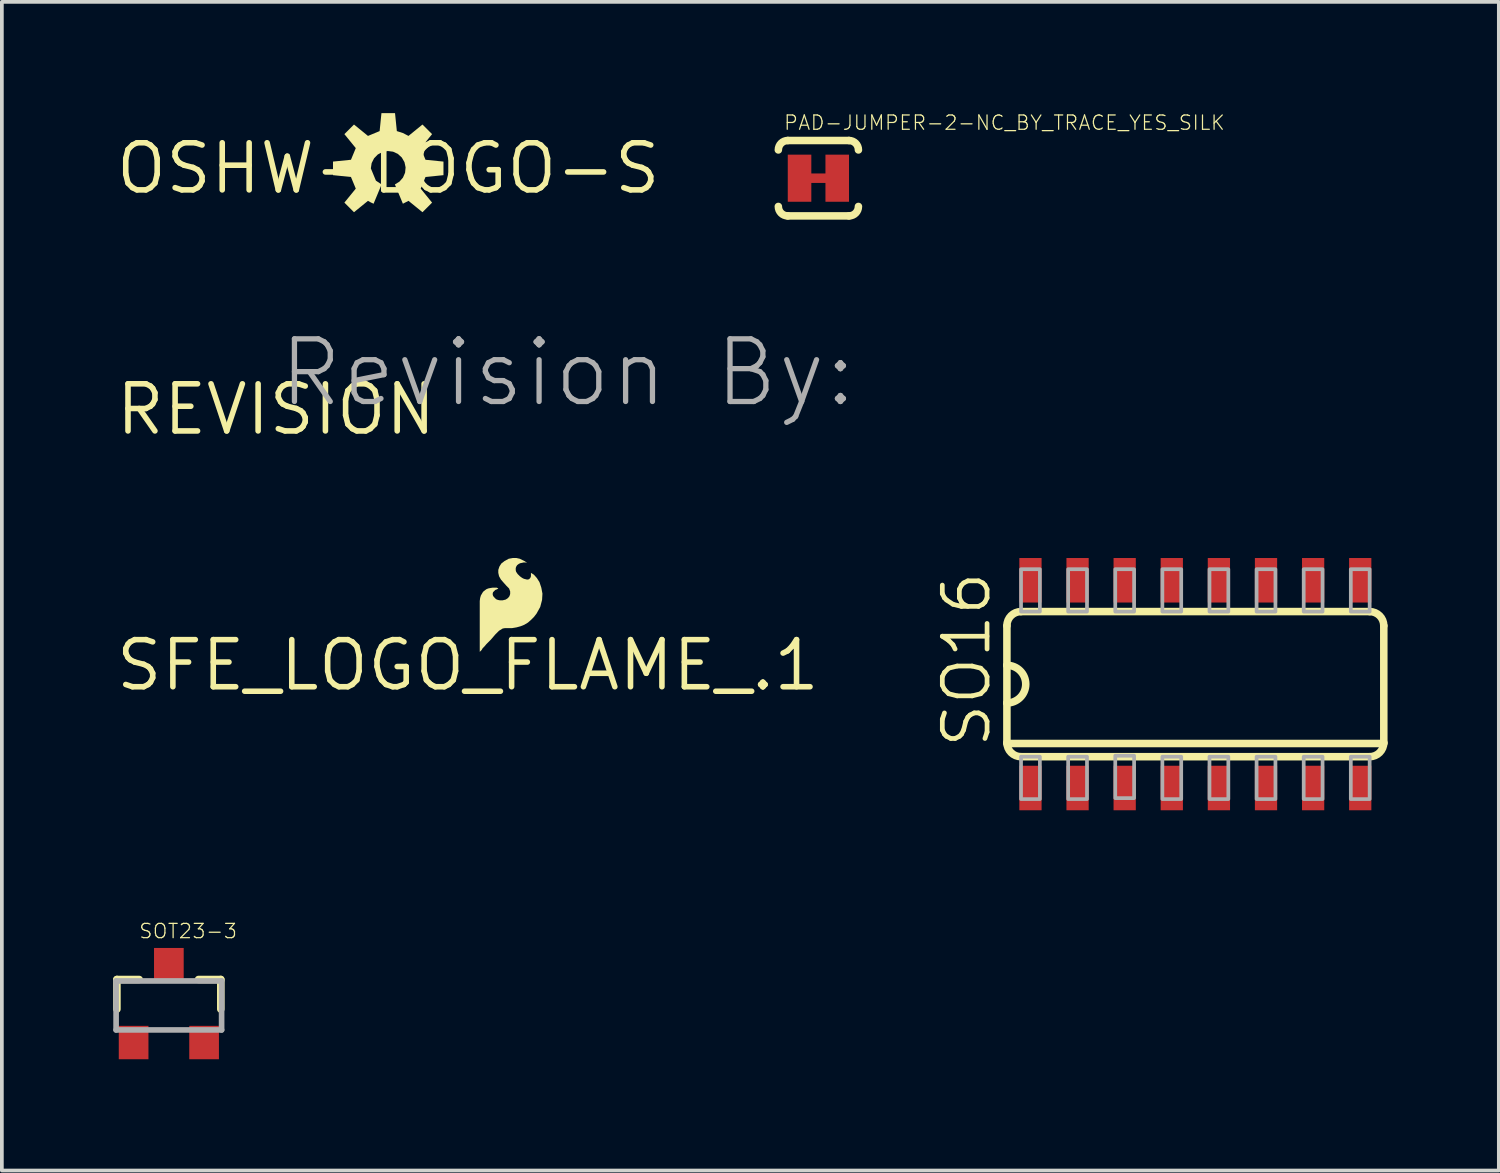
<source format=kicad_pcb>
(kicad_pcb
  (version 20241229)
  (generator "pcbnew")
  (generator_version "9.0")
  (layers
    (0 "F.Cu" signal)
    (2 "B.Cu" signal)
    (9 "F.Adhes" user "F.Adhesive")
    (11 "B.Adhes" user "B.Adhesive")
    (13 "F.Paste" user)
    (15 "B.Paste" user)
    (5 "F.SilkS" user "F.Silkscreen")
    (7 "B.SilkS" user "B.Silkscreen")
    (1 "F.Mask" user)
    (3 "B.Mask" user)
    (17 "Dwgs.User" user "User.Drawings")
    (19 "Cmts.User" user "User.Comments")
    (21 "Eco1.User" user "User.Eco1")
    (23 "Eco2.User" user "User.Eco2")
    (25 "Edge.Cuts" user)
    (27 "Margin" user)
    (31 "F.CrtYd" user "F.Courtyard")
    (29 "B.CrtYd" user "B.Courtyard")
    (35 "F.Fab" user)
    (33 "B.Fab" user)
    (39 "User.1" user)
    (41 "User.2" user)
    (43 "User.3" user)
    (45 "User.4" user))
  (footprint "SFE_LOGO_FLAME_.1"
    (layer "F.Cu")
    (at 9.563 14.883)
    (property "Reference" "SFE_LOGO_FLAME_.1" (at 0 0 0) (layer "F.SilkS") (effects (font (size 1.27 1.27) (thickness 0.15))))
    (attr through_hole)
    (fp_poly (pts (xy 1.7 -2.49) (xy 1.7 -2.4) (xy 1.69 -2.37) (xy 1.68 -2.35) (xy 1.65 -2.32) (xy 1.62 -2.31) (xy 1.59 -2.31) (xy 1.51 -2.33) (xy 1.47 -2.35) (xy 1.44 -2.37) (xy 1.4 -2.4) (xy 1.34 -2.46) (xy 1.3 -2.52) (xy 1.29 -2.56) (xy 1.29 -2.62) (xy 1.3 -2.65) (xy 1.31 -2.67) (xy 1.33 -2.7) (xy 1.37 -2.73) (xy 1.41 -2.75) (xy 1.46 -2.76) (xy 1.5 -2.77) (xy 1.56 -2.77) (xy 1.58 -2.76) (xy 1.59 -2.76) (xy 1.58 -2.77) (xy 1.54 -2.8) (xy 1.4 -2.87) (xy 1.31 -2.89) (xy 1.21 -2.89) (xy 1.1 -2.87) (xy 0.99 -2.81) (xy 0.9 -2.74) (xy 0.85 -2.66) (xy 0.82 -2.57) (xy 0.82 -2.49) (xy 0.84 -2.4) (xy 0.89 -2.31) (xy 0.96 -2.23) (xy 1.04 -2.14) (xy 1.11 -2.07) (xy 1.14 -1.99) (xy 1.14 -1.92) (xy 1.12 -1.86) (xy 1.08 -1.81) (xy 1.02 -1.77) (xy 0.94 -1.75) (xy 0.86 -1.75) (xy 0.81 -1.76) (xy 0.76 -1.78) (xy 0.7 -1.84) (xy 0.68 -1.87) (xy 0.67 -1.9) (xy 0.67 -1.94) (xy 0.68 -1.97) (xy 0.74 -2.03) (xy 0.77 -2.04) (xy 0.81 -2.06) (xy 0.82 -2.07) (xy 0.78 -2.09) (xy 0.66 -2.09) (xy 0.6 -2.08) (xy 0.55 -2.07) (xy 0.5 -2.05) (xy 0.46 -2.02) (xy 0.41 -1.98) (xy 0.35 -1.88) (xy 0.33 -1.81) (xy 0.32 -1.73) (xy 0.32 -0.36) (xy 0.37 -0.41) (xy 0.4 -0.46) (xy 0.45 -0.51) (xy 0.5 -0.57) (xy 0.62 -0.69) (xy 0.74 -0.83) (xy 0.84 -0.93) (xy 0.94 -0.99) (xy 1 -1) (xy 1.19 -1) (xy 1.31 -1.02) (xy 1.42 -1.05) (xy 1.52 -1.09) (xy 1.62 -1.15) (xy 1.7 -1.22) (xy 1.78 -1.3) (xy 1.85 -1.39) (xy 1.95 -1.57) (xy 2 -1.76) (xy 2.01 -1.93) (xy 1.98 -2.09) (xy 1.93 -2.24) (xy 1.86 -2.35) (xy 1.78 -2.44)) (stroke (width 0) (type solid)) (fill yes) (layer "F.SilkS")))
  (footprint "SOT23-3"
    (layer "F.Cu")
    (at 1.502 24.055)
    (property "Reference" "SOT23-3" (at -0.826 -1.778 0) (layer "F.SilkS") (effects (font (size 0.386 0.386) (thickness 0.033)) (justify left bottom)))
    (attr through_hole)
    (fp_line (start -1.4 -0.7) (end -1.4 0.1) (stroke (width 0.203) (type solid)) (layer "F.SilkS"))
    (fp_line (start -0.8 -0.7) (end -1.4 -0.7) (stroke (width 0.203) (type solid)) (layer "F.SilkS"))
    (fp_line (start 0.8 -0.7) (end 1.4 -0.7) (stroke (width 0.203) (type solid)) (layer "F.SilkS"))
    (fp_line (start 1.4 -0.7) (end 1.4 0.1) (stroke (width 0.203) (type solid)) (layer "F.SilkS"))
    (fp_line (start -1.422 -0.66) (end 1.422 -0.66) (stroke (width 0.152) (type solid)) (layer "F.Fab"))
    (fp_line (start -1.422 0.66) (end -1.422 -0.66) (stroke (width 0.152) (type solid)) (layer "F.Fab"))
    (fp_line (start 1.422 -0.66) (end 1.422 0.66) (stroke (width 0.152) (type solid)) (layer "F.Fab"))
    (fp_line (start 1.422 0.66) (end -1.422 0.66) (stroke (width 0.152) (type solid)) (layer "F.Fab"))
    (pad "1" smd rect (at -0.95 1) (size 0.8 0.9) (layers "F.Cu" "F.Mask" "F.Paste"))
    (pad "2" smd rect (at 0.95 1) (size 0.8 0.9) (layers "F.Cu" "F.Mask" "F.Paste"))
    (pad "3" smd rect (at 0 -1.1) (size 0.8 0.9) (layers "F.Cu" "F.Mask" "F.Paste")))
  (footprint "REVISION"
    (layer "F.Cu")
    (at 4.392 7.987)
    (property "Reference" "REVISION" (at 0 0 0) (layer "F.SilkS") (effects (font (size 1.27 1.27) (thickness 0.15))))
    (attr through_hole)
    (fp_text user "Revision By: " (at 0 0 0) (layer "F.Fab") (effects (font (size 1.689 1.689) (thickness 0.142)) (justify left bottom))))
  (footprint "PAD-JUMPER-2-NC_BY_TRACE_YES_SILK"
    (layer "F.Cu")
    (at 19.012 1.754)
    (property "Reference" "PAD-JUMPER-2-NC_BY_TRACE_YES_SILK" (at -0.953 -1.27 0) (layer "F.SilkS") (effects (font (size 0.386 0.386) (thickness 0.033)) (justify left bottom)))
    (attr through_hole)
    (fp_line (start -0.381 0) (end 0.381 0) (stroke (width 0.254) (type solid)) (layer "F.Cu"))
    (fp_line (start -0.826 -1.016) (end 0.826 -1.016) (stroke (width 0.203) (type solid)) (layer "F.SilkS"))
    (fp_line (start 0.826 1.016) (end -0.826 1.016) (stroke (width 0.203) (type solid)) (layer "F.SilkS"))
    (fp_arc (start -1.0795 -0.762) (mid -1.005105 -0.941605) (end -0.8255 -1.016) (stroke (width 0.2032) (type solid)) (layer "F.SilkS"))
    (fp_arc (start -0.8255 1.016) (mid -1.005105 0.941605) (end -1.0795 0.762) (stroke (width 0.2032) (type solid)) (layer "F.SilkS"))
    (fp_arc (start 0.8255 -1.016) (mid 1.005105 -0.941605) (end 1.0795 -0.762) (stroke (width 0.2032) (type solid)) (layer "F.SilkS"))
    (fp_arc (start 1.0795 0.762) (mid 1.005105 0.941605) (end 0.8255 1.016) (stroke (width 0.2032) (type solid)) (layer "F.SilkS"))
    (pad "1" smd rect (at -0.508 0) (size 0.635 1.27) (layers "F.Cu" "F.Mask"))
    (pad "2" smd rect (at 0.508 0) (size 0.635 1.27) (layers "F.Cu" "F.Mask")))
  (footprint "SO16"
    (layer "F.Cu")
    (at 29.174 15.393)
    (property "Reference" "SO16" (at -5.461 1.778 90) (layer "F.SilkS") (effects (font (size 1.206 1.206) (thickness 0.127)) (justify left bottom)))
    (attr through_hole)
    (fp_line (start -5.08 -1.575) (end -5.08 -0.508) (stroke (width 0.203) (type solid)) (layer "F.SilkS"))
    (fp_line (start -5.08 -0.508) (end -5.08 0.508) (stroke (width 0.203) (type solid)) (layer "F.SilkS"))
    (fp_line (start -5.08 0.508) (end -5.08 1.575) (stroke (width 0.203) (type solid)) (layer "F.SilkS"))
    (fp_line (start -5.08 1.6) (end 5.08 1.6) (stroke (width 0.203) (type solid)) (layer "F.SilkS"))
    (fp_line (start -4.699 1.956) (end 4.699 1.956) (stroke (width 0.203) (type solid)) (layer "F.SilkS"))
    (fp_line (start 4.699 -1.956) (end -4.699 -1.956) (stroke (width 0.203) (type solid)) (layer "F.SilkS"))
    (fp_line (start 5.08 1.575) (end 5.08 -1.575) (stroke (width 0.203) (type solid)) (layer "F.SilkS"))
    (fp_arc (start -5.08 -1.5748) (mid -4.968408 -1.844208) (end -4.699 -1.9558) (stroke (width 0.2032) (type solid)) (layer "F.SilkS"))
    (fp_arc (start -5.08 -0.508) (mid -4.572 0) (end -5.08 0.508) (stroke (width 0.2032) (type solid)) (layer "F.SilkS"))
    (fp_arc (start -4.699 1.9558) (mid -4.968408 1.844208) (end -5.08 1.5748) (stroke (width 0.2032) (type solid)) (layer "F.SilkS"))
    (fp_arc (start 4.699 -1.9558) (mid 4.968408 -1.844208) (end 5.08 -1.5748) (stroke (width 0.2032) (type solid)) (layer "F.SilkS"))
    (fp_arc (start 5.08 1.5748) (mid 4.968408 1.844208) (end 4.699 1.9558) (stroke (width 0.2032) (type solid)) (layer "F.SilkS"))
    (fp_poly (pts (xy -4.699 -1.956) (xy -4.191 -1.956) (xy -4.191 -3.099) (xy -4.699 -3.099)) (stroke (width 0.1) (type solid)) (fill no) (layer "F.Fab"))
    (fp_poly (pts (xy -4.699 3.099) (xy -4.191 3.099) (xy -4.191 1.956) (xy -4.699 1.956)) (stroke (width 0.1) (type solid)) (fill no) (layer "F.Fab"))
    (fp_poly (pts (xy -3.429 -1.956) (xy -2.921 -1.956) (xy -2.921 -3.099) (xy -3.429 -3.099)) (stroke (width 0.1) (type solid)) (fill no) (layer "F.Fab"))
    (fp_poly (pts (xy -3.429 3.099) (xy -2.921 3.099) (xy -2.921 1.956) (xy -3.429 1.956)) (stroke (width 0.1) (type solid)) (fill no) (layer "F.Fab"))
    (fp_poly (pts (xy -2.159 -1.956) (xy -1.651 -1.956) (xy -1.651 -3.099) (xy -2.159 -3.099)) (stroke (width 0.1) (type solid)) (fill no) (layer "F.Fab"))
    (fp_poly (pts (xy -2.159 3.073) (xy -1.651 3.073) (xy -1.651 1.93) (xy -2.159 1.93)) (stroke (width 0.1) (type solid)) (fill no) (layer "F.Fab"))
    (fp_poly (pts (xy -0.889 -1.956) (xy -0.381 -1.956) (xy -0.381 -3.099) (xy -0.889 -3.099)) (stroke (width 0.1) (type solid)) (fill no) (layer "F.Fab"))
    (fp_poly (pts (xy -0.889 3.099) (xy -0.381 3.099) (xy -0.381 1.956) (xy -0.889 1.956)) (stroke (width 0.1) (type solid)) (fill no) (layer "F.Fab"))
    (fp_poly (pts (xy 0.381 -1.956) (xy 0.889 -1.956) (xy 0.889 -3.099) (xy 0.381 -3.099)) (stroke (width 0.1) (type solid)) (fill no) (layer "F.Fab"))
    (fp_poly (pts (xy 0.381 3.099) (xy 0.889 3.099) (xy 0.889 1.956) (xy 0.381 1.956)) (stroke (width 0.1) (type solid)) (fill no) (layer "F.Fab"))
    (fp_poly (pts (xy 1.651 -1.956) (xy 2.159 -1.956) (xy 2.159 -3.099) (xy 1.651 -3.099)) (stroke (width 0.1) (type solid)) (fill no) (layer "F.Fab"))
    (fp_poly (pts (xy 1.651 3.099) (xy 2.159 3.099) (xy 2.159 1.956) (xy 1.651 1.956)) (stroke (width 0.1) (type solid)) (fill no) (layer "F.Fab"))
    (fp_poly (pts (xy 2.921 -1.956) (xy 3.429 -1.956) (xy 3.429 -3.099) (xy 2.921 -3.099)) (stroke (width 0.1) (type solid)) (fill no) (layer "F.Fab"))
    (fp_poly (pts (xy 2.921 3.099) (xy 3.429 3.099) (xy 3.429 1.956) (xy 2.921 1.956)) (stroke (width 0.1) (type solid)) (fill no) (layer "F.Fab"))
    (fp_poly (pts (xy 4.191 -1.956) (xy 4.699 -1.956) (xy 4.699 -3.099) (xy 4.191 -3.099)) (stroke (width 0.1) (type solid)) (fill no) (layer "F.Fab"))
    (fp_poly (pts (xy 4.191 3.099) (xy 4.699 3.099) (xy 4.699 1.956) (xy 4.191 1.956)) (stroke (width 0.1) (type solid)) (fill no) (layer "F.Fab"))
    (pad "1" smd rect (at -4.445 2.8) (size 0.6 1.2) (layers "F.Cu" "F.Mask" "F.Paste"))
    (pad "2" smd rect (at -3.175 2.8) (size 0.6 1.2) (layers "F.Cu" "F.Mask" "F.Paste"))
    (pad "3" smd rect (at -1.905 2.8) (size 0.6 1.2) (layers "F.Cu" "F.Mask" "F.Paste"))
    (pad "4" smd rect (at -0.635 2.8) (size 0.6 1.2) (layers "F.Cu" "F.Mask" "F.Paste"))
    (pad "5" smd rect (at 0.635 2.8) (size 0.6 1.2) (layers "F.Cu" "F.Mask" "F.Paste"))
    (pad "6" smd rect (at 1.905 2.8) (size 0.6 1.2) (layers "F.Cu" "F.Mask" "F.Paste"))
    (pad "7" smd rect (at 3.175 2.8) (size 0.6 1.2) (layers "F.Cu" "F.Mask" "F.Paste"))
    (pad "8" smd rect (at 4.445 2.8) (size 0.6 1.2) (layers "F.Cu" "F.Mask" "F.Paste"))
    (pad "9" smd rect (at 4.445 -2.8) (size 0.6 1.2) (layers "F.Cu" "F.Mask" "F.Paste"))
    (pad "10" smd rect (at 3.175 -2.8) (size 0.6 1.2) (layers "F.Cu" "F.Mask" "F.Paste"))
    (pad "11" smd rect (at 1.905 -2.8) (size 0.6 1.2) (layers "F.Cu" "F.Mask" "F.Paste"))
    (pad "12" smd rect (at 0.635 -2.8) (size 0.6 1.2) (layers "F.Cu" "F.Mask" "F.Paste"))
    (pad "13" smd rect (at -0.635 -2.8) (size 0.6 1.2) (layers "F.Cu" "F.Mask" "F.Paste"))
    (pad "14" smd rect (at -1.905 -2.8) (size 0.6 1.2) (layers "F.Cu" "F.Mask" "F.Paste"))
    (pad "15" smd rect (at -3.175 -2.8) (size 0.6 1.2) (layers "F.Cu" "F.Mask" "F.Paste"))
    (pad "16" smd rect (at -4.445 -2.8) (size 0.6 1.2) (layers "F.Cu" "F.Mask" "F.Paste")))
  (footprint "OSHW-LOGO-S"
    (layer "F.Cu")
    (at 7.416 1.489)
    (property "Reference" "OSHW-LOGO-S" (at 0 0 0) (layer "F.SilkS") (effects (font (size 1.27 1.27) (thickness 0.15))))
    (attr through_hole)
    (fp_poly (pts (xy 0.395 0.953) (xy 0.546 0.875) (xy 0.923 1.182) (xy 1.182 0.923) (xy 0.875 0.546) (xy 1.005 0.232) (xy 1.489 0.183) (xy 1.489 -0.183) (xy 1.005 -0.232) (xy 0.875 -0.546) (xy 1.182 -0.923) (xy 0.923 -1.182) (xy 0.546 -0.875) (xy 0.395 -0.953) (xy 0.232 -1.005) (xy 0.183 -1.489) (xy -0.183 -1.489) (xy -0.232 -1.005) (xy -0.546 -0.875) (xy -0.923 -1.182) (xy -1.182 -0.923) (xy -0.875 -0.546) (xy -1.005 -0.232) (xy -1.489 -0.183) (xy -1.489 0.183) (xy -1.005 0.232) (xy -0.875 0.546) (xy -1.182 0.923) (xy -0.923 1.182) (xy -0.546 0.875) (xy -0.472 0.917) (xy -0.395 0.953) (xy -0.179 0.433) (xy -0.179 0.433) (xy -0.332 0.331) (xy -0.469 0) (xy -0.447 -0.142) (xy -0.382 -0.271) (xy -0.282 -0.374) (xy -0.155 -0.442) (xy -0.013 -0.468) (xy 0.13 -0.45) (xy 0.26 -0.39) (xy 0.366 -0.292) (xy 0.438 -0.167) (xy 0.468 -0.026) (xy 0.454 0.117) (xy 0.397 0.249) (xy 0.302 0.358) (xy 0.179 0.433)) (stroke (width 0) (type solid)) (fill yes) (layer "F.SilkS")))
  (gr_rect
    (start -3 -3)
    (end 37.355 28.505)
    (stroke (width 0.1) (type default))
    (fill no)
    (layer "Edge.Cuts")))
</source>
